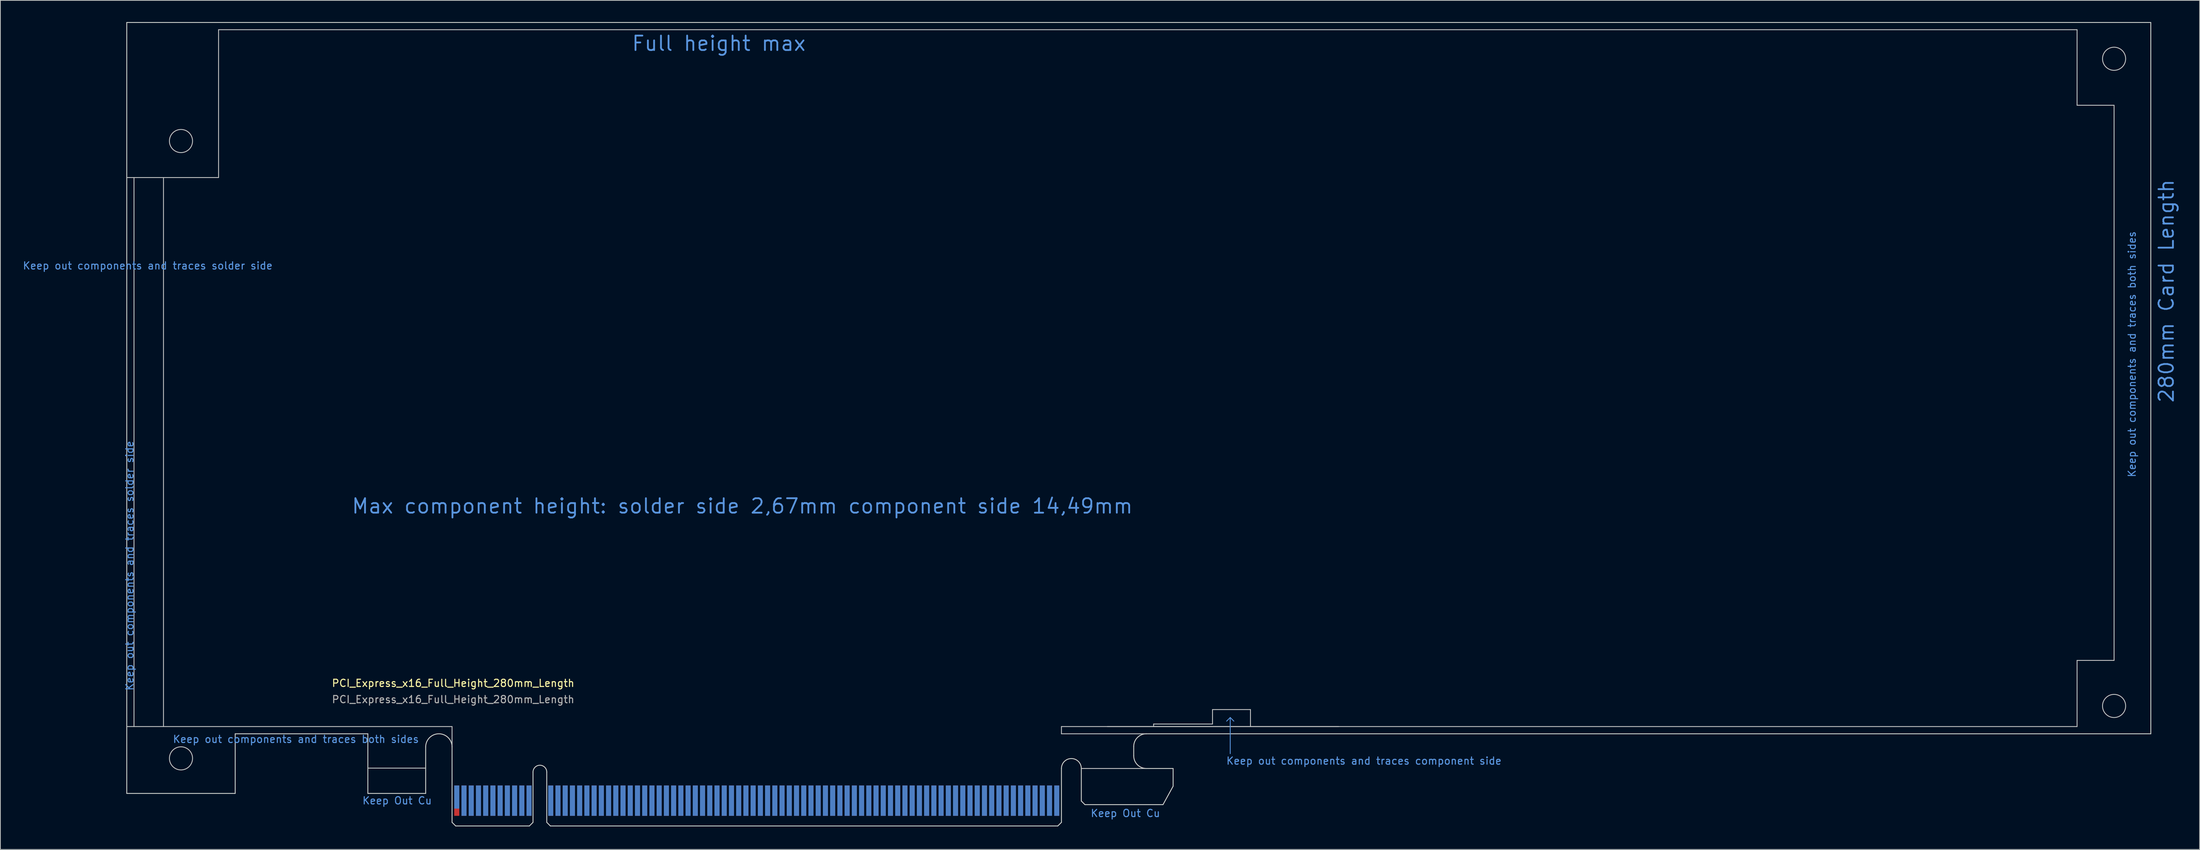
<source format=kicad_pcb>
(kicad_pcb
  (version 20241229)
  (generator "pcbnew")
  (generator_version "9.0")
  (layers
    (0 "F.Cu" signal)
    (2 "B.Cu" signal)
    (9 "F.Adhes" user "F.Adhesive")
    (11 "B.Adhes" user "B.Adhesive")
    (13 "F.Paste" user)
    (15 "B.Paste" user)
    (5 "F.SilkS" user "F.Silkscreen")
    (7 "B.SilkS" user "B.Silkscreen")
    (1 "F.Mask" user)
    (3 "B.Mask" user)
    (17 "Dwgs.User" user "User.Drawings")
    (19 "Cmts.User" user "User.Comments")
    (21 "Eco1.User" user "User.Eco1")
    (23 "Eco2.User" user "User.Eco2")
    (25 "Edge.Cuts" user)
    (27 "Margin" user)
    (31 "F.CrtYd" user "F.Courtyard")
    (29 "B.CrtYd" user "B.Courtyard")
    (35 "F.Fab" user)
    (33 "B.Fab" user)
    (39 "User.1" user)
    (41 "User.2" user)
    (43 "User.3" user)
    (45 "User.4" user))
  (footprint "PCI_Express_x16_Full_Height_280mm_Length"
    (layer "F.Cu")
    (at 59.637 111.21)
    (property "Reference" "PCI_Express_x16_Full_Height_280mm_Length" (at 0 -19.75 0) (layer "F.SilkS") (effects (font (size 1 1) (thickness 0.15))))
    (attr exclude_from_pos_files exclude_from_bom)
    (fp_poly (pts (xy -11.8 -4.5) (xy -11.8 -8) (xy -3.8 -8) (xy -3.8 -4.5)) (stroke (width 0) (type solid)) (fill yes) (layer "F.Mask"))
    (fp_poly (pts (xy -0.25 -5.5) (xy 84.25 -5.5) (xy 84.25 0) (xy -0.25 0)) (stroke (width 0.2) (type solid)) (fill yes) (layer "F.Mask"))
    (fp_poly (pts (xy 86.9 -7.95) (xy 99.6 -7.95) (xy 99.6 -5.5) (xy 98.2 -2.95) (xy 87.4 -2.95) (xy 86.9 -3.45)) (stroke (width 0) (type solid)) (fill yes) (layer "F.Mask"))
    (fp_poly (pts (xy -11.8 -4.5) (xy -11.8 -8) (xy -3.8 -8) (xy -3.8 -4.5)) (stroke (width 0) (type solid)) (fill yes) (layer "B.Mask"))
    (fp_poly (pts (xy -0.25 -5.5) (xy 84.25 -5.5) (xy 84.25 0) (xy -0.25 0)) (stroke (width 0.2) (type solid)) (fill yes) (layer "B.Mask"))
    (fp_poly (pts (xy 86.9 -7.95) (xy 99.6 -7.95) (xy 99.6 -5.5) (xy 98.2 -2.95) (xy 87.4 -2.95) (xy 86.9 -3.45)) (stroke (width 0) (type solid)) (fill yes) (layer "B.Mask"))
    (fp_line (start -45.15 -89.7) (end -32.45 -89.7) (stroke (width 0.12) (type solid)) (layer "Dwgs.User"))
    (fp_line (start -44.15 -89.7) (end -44.15 -13.75) (stroke (width 0.12) (type solid)) (layer "Dwgs.User"))
    (fp_line (start -40.07 -13.75) (end -40.07 -89.7) (stroke (width 0.12) (type solid)) (layer "Dwgs.User"))
    (fp_line (start -32.45 -110.15) (end -32.45 -89.7) (stroke (width 0.12) (type solid)) (layer "Dwgs.User"))
    (fp_line (start -32.45 -110.15) (end 92 -110.15) (stroke (width 0.12) (type solid)) (layer "Dwgs.User"))
    (fp_line (start -11.8 -8) (end -3.8 -8) (stroke (width 0.12) (type solid)) (layer "Dwgs.User"))
    (fp_line (start -0.15 -13.75) (end -45.15 -13.75) (stroke (width 0.12) (type solid)) (layer "Dwgs.User"))
    (fp_line (start -0.15 -10.925) (end -0.15 -13.75) (stroke (width 0.12) (type solid)) (layer "Dwgs.User"))
    (fp_line (start 84.15 -13.75) (end 122.5 -13.75) (stroke (width 0.12) (type solid)) (layer "Dwgs.User"))
    (fp_line (start 84.15 -12.75) (end 84.15 -13.75) (stroke (width 0.12) (type solid)) (layer "Dwgs.User"))
    (fp_line (start 84.15 -12.75) (end 95.9 -12.75) (stroke (width 0.12) (type solid)) (layer "Dwgs.User"))
    (fp_line (start 90.5 -13.75) (end 224.65 -13.75) (stroke (width 0.12) (type solid)) (layer "Dwgs.User"))
    (fp_line (start 92 -110.15) (end 224.65 -110.15) (stroke (width 0.12) (type solid)) (layer "Dwgs.User"))
    (fp_line (start 95.9 -7.95) (end 86.9 -7.95) (stroke (width 0.12) (type solid)) (layer "Dwgs.User"))
    (fp_line (start 96.9 -14.1) (end 96.9 -13.75) (stroke (width 0.12) (type solid)) (layer "Dwgs.User"))
    (fp_line (start 96.9 -14.1) (end 105.05 -14.1) (stroke (width 0.12) (type solid)) (layer "Dwgs.User"))
    (fp_line (start 105.05 -16.1) (end 110.3 -16.1) (stroke (width 0.12) (type solid)) (layer "Dwgs.User"))
    (fp_line (start 105.05 -14.1) (end 105.05 -16.1) (stroke (width 0.12) (type solid)) (layer "Dwgs.User"))
    (fp_line (start 110.3 -16.1) (end 110.3 -13.75) (stroke (width 0.12) (type solid)) (layer "Dwgs.User"))
    (fp_line (start 224.65 -110.15) (end 224.65 -99.7) (stroke (width 0.12) (type solid)) (layer "Dwgs.User"))
    (fp_line (start 224.65 -99.7) (end 229.77 -99.7) (stroke (width 0.12) (type solid)) (layer "Dwgs.User"))
    (fp_line (start 224.65 -22.9) (end 229.77 -22.9) (stroke (width 0.12) (type solid)) (layer "Dwgs.User"))
    (fp_line (start 224.65 -13.75) (end 224.65 -22.9) (stroke (width 0.12) (type solid)) (layer "Dwgs.User"))
    (fp_line (start 229.77 -99.7) (end 229.77 -22.9) (stroke (width 0.12) (type solid)) (layer "Dwgs.User"))
    (fp_circle (center -37.65 -94.75) (end -36.05 -94.75) (stroke (width 0.12) (type solid)) (fill no) (layer "Dwgs.User"))
    (fp_circle (center -37.65 -9.35) (end -36.05 -9.35) (stroke (width 0.12) (type solid)) (fill no) (layer "Dwgs.User"))
    (fp_circle (center 229.77 -106.13) (end 231.37 -106.13) (stroke (width 0.12) (type solid)) (fill no) (layer "Dwgs.User"))
    (fp_circle (center 229.77 -16.6) (end 231.37 -16.6) (stroke (width 0.12) (type solid)) (fill no) (layer "Dwgs.User"))
    (fp_line (start 107.5 -15) (end 107 -14.5) (stroke (width 0.12) (type solid)) (layer "Cmts.User"))
    (fp_line (start 107.5 -15) (end 108 -14.5) (stroke (width 0.12) (type solid)) (layer "Cmts.User"))
    (fp_line (start 107.5 -10) (end 107.5 -15) (stroke (width 0.12) (type solid)) (layer "Cmts.User"))
    (fp_line (start -45.15 -111.15) (end -45.15 -4.5) (stroke (width 0.12) (type solid)) (layer "Edge.Cuts"))
    (fp_line (start -45.15 -111.15) (end 234.85 -111.15) (stroke (width 0.12) (type solid)) (layer "Edge.Cuts"))
    (fp_line (start -30.15 -12.75) (end -11.8 -12.75) (stroke (width 0.12) (type solid)) (layer "Edge.Cuts"))
    (fp_line (start -30.15 -4.5) (end -45.15 -4.5) (stroke (width 0.12) (type solid)) (layer "Edge.Cuts"))
    (fp_line (start -30.15 -4.5) (end -30.15 -12.75) (stroke (width 0.12) (type solid)) (layer "Edge.Cuts"))
    (fp_line (start -11.8 -4.5) (end -11.8 -12.75) (stroke (width 0.12) (type solid)) (layer "Edge.Cuts"))
    (fp_line (start -11.8 -4.5) (end -3.8 -4.5) (stroke (width 0.12) (type solid)) (layer "Edge.Cuts"))
    (fp_line (start -3.8 -4.5) (end -3.8 -10.925) (stroke (width 0.12) (type solid)) (layer "Edge.Cuts"))
    (fp_line (start -0.15 -0.5) (end -0.15 -10.925) (stroke (width 0.12) (type solid)) (layer "Edge.Cuts"))
    (fp_line (start -0.15 -0.5) (end 0.35 0) (stroke (width 0.12) (type solid)) (layer "Edge.Cuts"))
    (fp_line (start 0.35 0) (end 10.55 0) (stroke (width 0.12) (type solid)) (layer "Edge.Cuts"))
    (fp_line (start 11.05 -7.45) (end 11.05 -0.5) (stroke (width 0.12) (type solid)) (layer "Edge.Cuts"))
    (fp_line (start 11.05 -0.5) (end 10.55 0) (stroke (width 0.12) (type solid)) (layer "Edge.Cuts"))
    (fp_line (start 12.95 -7.45) (end 12.95 -0.5) (stroke (width 0.12) (type solid)) (layer "Edge.Cuts"))
    (fp_line (start 12.95 -0.5) (end 13.45 0) (stroke (width 0.12) (type solid)) (layer "Edge.Cuts"))
    (fp_line (start 13.45 0) (end 83.65 0) (stroke (width 0.12) (type solid)) (layer "Edge.Cuts"))
    (fp_line (start 84.15 -0.5) (end 83.65 0) (stroke (width 0.12) (type solid)) (layer "Edge.Cuts"))
    (fp_line (start 84.15 -0.5) (end 84.15 -7.95) (stroke (width 0.12) (type solid)) (layer "Edge.Cuts"))
    (fp_line (start 86.9 -3.45) (end 86.9 -7.95) (stroke (width 0.12) (type solid)) (layer "Edge.Cuts"))
    (fp_line (start 86.9 -3.45) (end 87.4 -2.95) (stroke (width 0.12) (type solid)) (layer "Edge.Cuts"))
    (fp_line (start 87.4 -2.95) (end 98.2 -2.95) (stroke (width 0.12) (type solid)) (layer "Edge.Cuts"))
    (fp_line (start 94.15 -11) (end 94.15 -9.7) (stroke (width 0.12) (type solid)) (layer "Edge.Cuts"))
    (fp_line (start 95.9 -12.75) (end 234.853 -12.75) (stroke (width 0.12) (type solid)) (layer "Edge.Cuts"))
    (fp_line (start 95.9 -7.95) (end 99.6 -7.95) (stroke (width 0.12) (type solid)) (layer "Edge.Cuts"))
    (fp_line (start 98.2 -2.95) (end 99.6 -5.5) (stroke (width 0.12) (type solid)) (layer "Edge.Cuts"))
    (fp_line (start 99.6 -5.5) (end 99.6 -7.95) (stroke (width 0.12) (type solid)) (layer "Edge.Cuts"))
    (fp_line (start 234.85 -111.15) (end 234.853 -12.75) (stroke (width 0.12) (type solid)) (layer "Edge.Cuts"))
    (fp_arc (start -3.8 -10.925) (mid -1.975 -12.75) (end -0.15 -10.925) (stroke (width 0.12) (type solid)) (layer "Edge.Cuts"))
    (fp_arc (start 11.05 -7.45) (mid 12 -8.4) (end 12.95 -7.45) (stroke (width 0.12) (type solid)) (layer "Edge.Cuts"))
    (fp_arc (start 84.15 -7.95) (mid 85.525 -9.325) (end 86.9 -7.95) (stroke (width 0.12) (type solid)) (layer "Edge.Cuts"))
    (fp_arc (start 94.15 -11) (mid 94.662563 -12.237437) (end 95.9 -12.75) (stroke (width 0.12) (type solid)) (layer "Edge.Cuts"))
    (fp_arc (start 95.9 -7.95) (mid 94.662563 -8.462563) (end 94.15 -9.7) (stroke (width 0.12) (type solid)) (layer "Edge.Cuts"))
    (fp_text user "Keep Out Cu" (at 93 -1.75 0) (layer "Cmts.User") (effects (font (size 1 1) (thickness 0.15))))
    (fp_text user "Keep Out Cu" (at -7.75 -3.5 0) (layer "Cmts.User") (effects (font (size 1 1) (thickness 0.15))))
    (fp_text user "Keep out components and traces component side" (at 126 -9 180) (layer "Cmts.User") (effects (font (size 1 1) (thickness 0.15))))
    (fp_text user "Keep out components and traces both sides" (at 232.25 -65.25 90) (layer "Cmts.User") (effects (font (size 1 1) (thickness 0.15))))
    (fp_text user "Max component height: solder side 2,67mm component side 14,49mm" (at 40 -44.25 0) (layer "Cmts.User") (effects (font (size 2 2) (thickness 0.25))))
    (fp_text user "280mm Card Length" (at 237 -74 90) (layer "Cmts.User") (effects (font (size 2 2) (thickness 0.25))))
    (fp_text user "Keep out components and traces both sides" (at -21.75 -12 0) (layer "Cmts.User") (effects (font (size 1 1) (thickness 0.15))))
    (fp_text user "Keep out components and traces solder side" (at -42.25 -77.5 180) (layer "Cmts.User") (effects (font (size 1 1) (thickness 0.15))))
    (fp_text user "Keep out components and traces solder side" (at -44.75 -36 90) (layer "Cmts.User") (effects (font (size 1 1) (thickness 0.15))))
    (fp_text user "Full height max" (at 36.75 -108.25 0) (layer "Cmts.User") (effects (font (size 2 2) (thickness 0.25))))
    (fp_text user "${REFERENCE}" (at 0 -17.5 0) (layer "F.Fab") (effects (font (size 1 1) (thickness 0.15))))
    (pad "A1" connect rect (at 0.5 -4) (size 0.7 3.2) (layers "B.Cu"))
    (pad "A2" connect rect (at 1.5 -3.5) (size 0.7 4.2) (layers "B.Cu"))
    (pad "A3" connect rect (at 2.5 -3.5) (size 0.7 4.2) (layers "B.Cu"))
    (pad "A4" connect rect (at 3.5 -3.5) (size 0.7 4.2) (layers "B.Cu"))
    (pad "A5" connect rect (at 4.5 -3.5) (size 0.7 4.2) (layers "B.Cu"))
    (pad "A6" connect rect (at 5.5 -3.5) (size 0.7 4.2) (layers "B.Cu"))
    (pad "A7" connect rect (at 6.5 -3.5) (size 0.7 4.2) (layers "B.Cu"))
    (pad "A8" connect rect (at 7.5 -3.5) (size 0.7 4.2) (layers "B.Cu"))
    (pad "A9" connect rect (at 8.5 -3.5) (size 0.7 4.2) (layers "B.Cu"))
    (pad "A10" connect rect (at 9.5 -3.5) (size 0.7 4.2) (layers "B.Cu"))
    (pad "A11" connect rect (at 10.5 -3.5) (size 0.7 4.2) (layers "B.Cu"))
    (pad "A12" connect rect (at 13.5 -3.5) (size 0.7 4.2) (layers "B.Cu"))
    (pad "A13" connect rect (at 14.5 -3.5) (size 0.7 4.2) (layers "B.Cu"))
    (pad "A14" connect rect (at 15.5 -3.5) (size 0.7 4.2) (layers "B.Cu"))
    (pad "A15" connect rect (at 16.5 -3.5) (size 0.7 4.2) (layers "B.Cu"))
    (pad "A16" connect rect (at 17.5 -3.5) (size 0.7 4.2) (layers "B.Cu"))
    (pad "A17" connect rect (at 18.5 -3.5) (size 0.7 4.2) (layers "B.Cu"))
    (pad "A18" connect rect (at 19.5 -3.5) (size 0.7 4.2) (layers "B.Cu"))
    (pad "A19" connect rect (at 20.5 -3.5) (size 0.7 4.2) (layers "B.Cu"))
    (pad "A20" connect rect (at 21.5 -3.5) (size 0.7 4.2) (layers "B.Cu"))
    (pad "A21" connect rect (at 22.5 -3.5) (size 0.7 4.2) (layers "B.Cu"))
    (pad "A22" connect rect (at 23.5 -3.5) (size 0.7 4.2) (layers "B.Cu"))
    (pad "A23" connect rect (at 24.5 -3.5) (size 0.7 4.2) (layers "B.Cu"))
    (pad "A24" connect rect (at 25.5 -3.5) (size 0.7 4.2) (layers "B.Cu"))
    (pad "A25" connect rect (at 26.5 -3.5) (size 0.7 4.2) (layers "B.Cu"))
    (pad "A26" connect rect (at 27.5 -3.5) (size 0.7 4.2) (layers "B.Cu"))
    (pad "A27" connect rect (at 28.5 -3.5) (size 0.7 4.2) (layers "B.Cu"))
    (pad "A28" connect rect (at 29.5 -3.5) (size 0.7 4.2) (layers "B.Cu"))
    (pad "A29" connect rect (at 30.5 -3.5) (size 0.7 4.2) (layers "B.Cu"))
    (pad "A30" connect rect (at 31.5 -3.5) (size 0.7 4.2) (layers "B.Cu"))
    (pad "A31" connect rect (at 32.5 -3.5) (size 0.7 4.2) (layers "B.Cu"))
    (pad "A32" connect rect (at 33.5 -3.5) (size 0.7 4.2) (layers "B.Cu"))
    (pad "A33" connect rect (at 34.5 -3.5) (size 0.7 4.2) (layers "B.Cu"))
    (pad "A34" connect rect (at 35.5 -3.5) (size 0.7 4.2) (layers "B.Cu"))
    (pad "A35" connect rect (at 36.5 -3.5) (size 0.7 4.2) (layers "B.Cu"))
    (pad "A36" connect rect (at 37.5 -3.5) (size 0.7 4.2) (layers "B.Cu"))
    (pad "A37" connect rect (at 38.5 -3.5) (size 0.7 4.2) (layers "B.Cu"))
    (pad "A38" connect rect (at 39.5 -3.5) (size 0.7 4.2) (layers "B.Cu"))
    (pad "A39" connect rect (at 40.5 -3.5) (size 0.7 4.2) (layers "B.Cu"))
    (pad "A40" connect rect (at 41.5 -3.5) (size 0.7 4.2) (layers "B.Cu"))
    (pad "A41" connect rect (at 42.5 -3.5) (size 0.7 4.2) (layers "B.Cu"))
    (pad "A42" connect rect (at 43.5 -3.5) (size 0.7 4.2) (layers "B.Cu"))
    (pad "A43" connect rect (at 44.5 -3.5) (size 0.7 4.2) (layers "B.Cu"))
    (pad "A44" connect rect (at 45.5 -3.5) (size 0.7 4.2) (layers "B.Cu"))
    (pad "A45" connect rect (at 46.5 -3.5) (size 0.7 4.2) (layers "B.Cu"))
    (pad "A46" connect rect (at 47.5 -3.5) (size 0.7 4.2) (layers "B.Cu"))
    (pad "A47" connect rect (at 48.5 -3.5) (size 0.7 4.2) (layers "B.Cu"))
    (pad "A48" connect rect (at 49.5 -3.5) (size 0.7 4.2) (layers "B.Cu"))
    (pad "A49" connect rect (at 50.5 -3.5) (size 0.7 4.2) (layers "B.Cu"))
    (pad "A50" connect rect (at 51.5 -3.5) (size 0.7 4.2) (layers "B.Cu"))
    (pad "A51" connect rect (at 52.5 -3.5) (size 0.7 4.2) (layers "B.Cu"))
    (pad "A52" connect rect (at 53.5 -3.5) (size 0.7 4.2) (layers "B.Cu"))
    (pad "A53" connect rect (at 54.5 -3.5) (size 0.7 4.2) (layers "B.Cu"))
    (pad "A54" connect rect (at 55.5 -3.5) (size 0.7 4.2) (layers "B.Cu"))
    (pad "A55" connect rect (at 56.5 -3.5) (size 0.7 4.2) (layers "B.Cu"))
    (pad "A56" connect rect (at 57.5 -3.5) (size 0.7 4.2) (layers "B.Cu"))
    (pad "A57" connect rect (at 58.5 -3.5) (size 0.7 4.2) (layers "B.Cu"))
    (pad "A58" connect rect (at 59.5 -3.5) (size 0.7 4.2) (layers "B.Cu"))
    (pad "A59" connect rect (at 60.5 -3.5) (size 0.7 4.2) (layers "B.Cu"))
    (pad "A60" connect rect (at 61.5 -3.5) (size 0.7 4.2) (layers "B.Cu"))
    (pad "A61" connect rect (at 62.5 -3.5) (size 0.7 4.2) (layers "B.Cu"))
    (pad "A62" connect rect (at 63.5 -3.5) (size 0.7 4.2) (layers "B.Cu"))
    (pad "A63" connect rect (at 64.5 -3.5) (size 0.7 4.2) (layers "B.Cu"))
    (pad "A64" connect rect (at 65.5 -3.5) (size 0.7 4.2) (layers "B.Cu"))
    (pad "A65" connect rect (at 66.5 -3.5) (size 0.7 4.2) (layers "B.Cu"))
    (pad "A66" connect rect (at 67.5 -3.5) (size 0.7 4.2) (layers "B.Cu"))
    (pad "A67" connect rect (at 68.5 -3.5) (size 0.7 4.2) (layers "B.Cu"))
    (pad "A68" connect rect (at 69.5 -3.5) (size 0.7 4.2) (layers "B.Cu"))
    (pad "A69" connect rect (at 70.5 -3.5) (size 0.7 4.2) (layers "B.Cu"))
    (pad "A70" connect rect (at 71.5 -3.5) (size 0.7 4.2) (layers "B.Cu"))
    (pad "A71" connect rect (at 72.5 -3.5) (size 0.7 4.2) (layers "B.Cu"))
    (pad "A72" connect rect (at 73.5 -3.5) (size 0.7 4.2) (layers "B.Cu"))
    (pad "A73" connect rect (at 74.5 -3.5) (size 0.7 4.2) (layers "B.Cu"))
    (pad "A74" connect rect (at 75.5 -3.5) (size 0.7 4.2) (layers "B.Cu"))
    (pad "A75" connect rect (at 76.5 -3.5) (size 0.7 4.2) (layers "B.Cu"))
    (pad "A76" connect rect (at 77.5 -3.5) (size 0.7 4.2) (layers "B.Cu"))
    (pad "A77" connect rect (at 78.5 -3.5) (size 0.7 4.2) (layers "B.Cu"))
    (pad "A78" connect rect (at 79.5 -3.5) (size 0.7 4.2) (layers "B.Cu"))
    (pad "A79" connect rect (at 80.5 -3.5) (size 0.7 4.2) (layers "B.Cu"))
    (pad "A80" connect rect (at 81.5 -3.5) (size 0.7 4.2) (layers "B.Cu"))
    (pad "A81" connect rect (at 82.5 -3.5) (size 0.7 4.2) (layers "B.Cu"))
    (pad "A82" connect rect (at 83.5 -3.5) (size 0.7 4.2) (layers "B.Cu"))
    (pad "B1" connect rect (at 0.5 -3.5) (size 0.7 4.2) (layers "F.Cu"))
    (pad "B2" connect rect (at 1.5 -3.5) (size 0.7 4.2) (layers "F.Cu"))
    (pad "B3" connect rect (at 2.5 -3.5) (size 0.7 4.2) (layers "F.Cu"))
    (pad "B4" connect rect (at 3.5 -3.5) (size 0.7 4.2) (layers "F.Cu"))
    (pad "B5" connect rect (at 4.5 -3.5) (size 0.7 4.2) (layers "F.Cu"))
    (pad "B6" connect rect (at 5.5 -3.5) (size 0.7 4.2) (layers "F.Cu"))
    (pad "B7" connect rect (at 6.5 -3.5) (size 0.7 4.2) (layers "F.Cu"))
    (pad "B8" connect rect (at 7.5 -3.5) (size 0.7 4.2) (layers "F.Cu"))
    (pad "B9" connect rect (at 8.5 -3.5) (size 0.7 4.2) (layers "F.Cu"))
    (pad "B10" connect rect (at 9.5 -3.5) (size 0.7 4.2) (layers "F.Cu"))
    (pad "B11" connect rect (at 10.5 -3.5) (size 0.7 4.2) (layers "F.Cu"))
    (pad "B12" connect rect (at 13.5 -3.5) (size 0.7 4.2) (layers "F.Cu"))
    (pad "B13" connect rect (at 14.5 -3.5) (size 0.7 4.2) (layers "F.Cu"))
    (pad "B14" connect rect (at 15.5 -3.5) (size 0.7 4.2) (layers "F.Cu"))
    (pad "B15" connect rect (at 16.5 -3.5) (size 0.7 4.2) (layers "F.Cu"))
    (pad "B16" connect rect (at 17.5 -3.5) (size 0.7 4.2) (layers "F.Cu"))
    (pad "B17" connect rect (at 18.5 -4) (size 0.7 3.2) (layers "F.Cu"))
    (pad "B18" connect rect (at 19.5 -3.5) (size 0.7 4.2) (layers "F.Cu"))
    (pad "B19" connect rect (at 20.5 -3.5) (size 0.7 4.2) (layers "F.Cu"))
    (pad "B20" connect rect (at 21.5 -3.5) (size 0.7 4.2) (layers "F.Cu"))
    (pad "B21" connect rect (at 22.5 -3.5) (size 0.7 4.2) (layers "F.Cu"))
    (pad "B22" connect rect (at 23.5 -3.5) (size 0.7 4.2) (layers "F.Cu"))
    (pad "B23" connect rect (at 24.5 -3.5) (size 0.7 4.2) (layers "F.Cu"))
    (pad "B24" connect rect (at 25.5 -3.5) (size 0.7 4.2) (layers "F.Cu"))
    (pad "B25" connect rect (at 26.5 -3.5) (size 0.7 4.2) (layers "F.Cu"))
    (pad "B26" connect rect (at 27.5 -3.5) (size 0.7 4.2) (layers "F.Cu"))
    (pad "B27" connect rect (at 28.5 -3.5) (size 0.7 4.2) (layers "F.Cu"))
    (pad "B28" connect rect (at 29.5 -3.5) (size 0.7 4.2) (layers "F.Cu"))
    (pad "B29" connect rect (at 30.5 -3.5) (size 0.7 4.2) (layers "F.Cu"))
    (pad "B30" connect rect (at 31.5 -3.5) (size 0.7 4.2) (layers "F.Cu"))
    (pad "B31" connect rect (at 32.5 -4) (size 0.7 3.2) (layers "F.Cu"))
    (pad "B32" connect rect (at 33.5 -3.5) (size 0.7 4.2) (layers "F.Cu"))
    (pad "B33" connect rect (at 34.5 -3.5) (size 0.7 4.2) (layers "F.Cu"))
    (pad "B34" connect rect (at 35.5 -3.5) (size 0.7 4.2) (layers "F.Cu"))
    (pad "B35" connect rect (at 36.5 -3.5) (size 0.7 4.2) (layers "F.Cu"))
    (pad "B36" connect rect (at 37.5 -3.5) (size 0.7 4.2) (layers "F.Cu"))
    (pad "B37" connect rect (at 38.5 -3.5) (size 0.7 4.2) (layers "F.Cu"))
    (pad "B38" connect rect (at 39.5 -3.5) (size 0.7 4.2) (layers "F.Cu"))
    (pad "B39" connect rect (at 40.5 -3.5) (size 0.7 4.2) (layers "F.Cu"))
    (pad "B40" connect rect (at 41.5 -3.5) (size 0.7 4.2) (layers "F.Cu"))
    (pad "B41" connect rect (at 42.5 -3.5) (size 0.7 4.2) (layers "F.Cu"))
    (pad "B42" connect rect (at 43.5 -3.5) (size 0.7 4.2) (layers "F.Cu"))
    (pad "B43" connect rect (at 44.5 -3.5) (size 0.7 4.2) (layers "F.Cu"))
    (pad "B44" connect rect (at 45.5 -3.5) (size 0.7 4.2) (layers "F.Cu"))
    (pad "B45" connect rect (at 46.5 -3.5) (size 0.7 4.2) (layers "F.Cu"))
    (pad "B46" connect rect (at 47.5 -3.5) (size 0.7 4.2) (layers "F.Cu"))
    (pad "B47" connect rect (at 48.5 -3.5) (size 0.7 4.2) (layers "F.Cu"))
    (pad "B48" connect rect (at 49.5 -4) (size 0.7 3.2) (layers "F.Cu"))
    (pad "B49" connect rect (at 50.5 -3.5) (size 0.7 4.2) (layers "F.Cu"))
    (pad "B50" connect rect (at 51.5 -3.5) (size 0.7 4.2) (layers "F.Cu"))
    (pad "B51" connect rect (at 52.5 -3.5) (size 0.7 4.2) (layers "F.Cu"))
    (pad "B52" connect rect (at 53.5 -3.5) (size 0.7 4.2) (layers "F.Cu"))
    (pad "B53" connect rect (at 54.5 -3.5) (size 0.7 4.2) (layers "F.Cu"))
    (pad "B54" connect rect (at 55.5 -3.5) (size 0.7 4.2) (layers "F.Cu"))
    (pad "B55" connect rect (at 56.5 -3.5) (size 0.7 4.2) (layers "F.Cu"))
    (pad "B56" connect rect (at 57.5 -3.5) (size 0.7 4.2) (layers "F.Cu"))
    (pad "B57" connect rect (at 58.5 -3.5) (size 0.7 4.2) (layers "F.Cu"))
    (pad "B58" connect rect (at 59.5 -3.5) (size 0.7 4.2) (layers "F.Cu"))
    (pad "B59" connect rect (at 60.5 -3.5) (size 0.7 4.2) (layers "F.Cu"))
    (pad "B60" connect rect (at 61.5 -3.5) (size 0.7 4.2) (layers "F.Cu"))
    (pad "B61" connect rect (at 62.5 -3.5) (size 0.7 4.2) (layers "F.Cu"))
    (pad "B62" connect rect (at 63.5 -3.5) (size 0.7 4.2) (layers "F.Cu"))
    (pad "B63" connect rect (at 64.5 -3.5) (size 0.7 4.2) (layers "F.Cu"))
    (pad "B64" connect rect (at 65.5 -3.5) (size 0.7 4.2) (layers "F.Cu"))
    (pad "B65" connect rect (at 66.5 -3.5) (size 0.7 4.2) (layers "F.Cu"))
    (pad "B66" connect rect (at 67.5 -3.5) (size 0.7 4.2) (layers "F.Cu"))
    (pad "B67" connect rect (at 68.5 -3.5) (size 0.7 4.2) (layers "F.Cu"))
    (pad "B68" connect rect (at 69.5 -3.5) (size 0.7 4.2) (layers "F.Cu"))
    (pad "B69" connect rect (at 70.5 -3.5) (size 0.7 4.2) (layers "F.Cu"))
    (pad "B70" connect rect (at 71.5 -3.5) (size 0.7 4.2) (layers "F.Cu"))
    (pad "B71" connect rect (at 72.5 -3.5) (size 0.7 4.2) (layers "F.Cu"))
    (pad "B72" connect rect (at 73.5 -3.5) (size 0.7 4.2) (layers "F.Cu"))
    (pad "B73" connect rect (at 74.5 -3.5) (size 0.7 4.2) (layers "F.Cu"))
    (pad "B74" connect rect (at 75.5 -3.5) (size 0.7 4.2) (layers "F.Cu"))
    (pad "B75" connect rect (at 76.5 -3.5) (size 0.7 4.2) (layers "F.Cu"))
    (pad "B76" connect rect (at 77.5 -3.5) (size 0.7 4.2) (layers "F.Cu"))
    (pad "B77" connect rect (at 78.5 -3.5) (size 0.7 4.2) (layers "F.Cu"))
    (pad "B78" connect rect (at 79.5 -3.5) (size 0.7 4.2) (layers "F.Cu"))
    (pad "B79" connect rect (at 80.5 -3.5) (size 0.7 4.2) (layers "F.Cu"))
    (pad "B80" connect rect (at 81.5 -3.5) (size 0.7 4.2) (layers "F.Cu"))
    (pad "B81" connect rect (at 82.5 -4) (size 0.7 3.2) (layers "F.Cu"))
    (pad "B82" connect rect (at 83.5 -3.5) (size 0.7 4.2) (layers "F.Cu"))
    (zone (net_name "") (layers "F.Cu" "B.Cu") (hatch edge 0.5) (connect_pads) (min_thickness 0.25) (filled_areas_thickness no) (keepout (tracks not_allowed) (vias allowed) (pads allowed) (copperpour allowed) (footprints not_allowed)) (placement (enabled no)) (fill) (polygon (pts (xy 14.487 97.46) (xy 59.487 97.46) (xy 59.487 106.71) (xy 14.487 106.71))))
    (zone (net_name "") (layers "F.Cu" "B.Cu") (hatch edge 0.5) (connect_pads) (min_thickness 0.25) (filled_areas_thickness no) (keepout (tracks not_allowed) (vias not_allowed) (pads not_allowed) (copperpour not_allowed) (footprints not_allowed)) (placement (enabled no)) (fill) (polygon (pts (xy 47.837 103.21) (xy 55.837 103.21) (xy 55.837 106.71) (xy 47.837 106.71))))
    (zone (net_name "") (layers "F.Cu" "B.Cu") (hatch edge 0.5) (connect_pads) (min_thickness 0.25) (filled_areas_thickness no) (keepout (tracks not_allowed) (vias not_allowed) (pads not_allowed) (copperpour not_allowed) (footprints not_allowed)) (placement (enabled no)) (fill) (polygon (pts (xy 146.537 103.26) (xy 159.237 103.26) (xy 159.237 108.26) (xy 146.537 108.26))))
    (zone (net_name "") (layers "F.Cu" "B.Cu") (hatch edge 0.5) (connect_pads) (min_thickness 0.25) (filled_areas_thickness no) (keepout (tracks not_allowed) (vias allowed) (pads allowed) (copperpour allowed) (footprints not_allowed)) (placement (enabled no)) (fill) (polygon (pts (xy 156.537 97.46) (xy 156.537 97.11) (xy 164.687 97.11) (xy 164.687 95.11) (xy 169.937 95.11) (xy 169.937 97.46))))
    (zone (net_name "") (layers "F.Cu" "B.Cu") (hatch edge 0.5) (connect_pads) (min_thickness 0.25) (filled_areas_thickness no) (keepout (tracks allowed) (vias allowed) (pads allowed) (copperpour allowed) (footprints not_allowed)) (placement (enabled no)) (fill) (polygon (pts (xy 14.487 97.46) (xy 14.487 0.06) (xy 294.487 0.06) (xy 294.487 98.46) (xy 155.537 98.46) (xy 155.537 103.26) (xy 143.787 103.26) (xy 143.787 97.46) (xy 284.287 97.46) (xy 284.287 88.31) (xy 289.412 88.31) (xy 289.412 11.51) (xy 284.287 11.51) (xy 284.287 1.06) (xy 27.187 1.06) (xy 27.187 21.51) (xy 19.562 21.51) (xy 19.562 97.46))))
    (zone (net_name "") (layer "B.Cu") (hatch edge 0.5) (connect_pads) (min_thickness 0.25) (filled_areas_thickness no) (keepout (tracks not_allowed) (vias allowed) (pads allowed) (copperpour allowed) (footprints not_allowed)) (placement (enabled no)) (fill) (polygon (pts (xy 15.487 97.46) (xy 14.487 97.46) (xy 14.487 21.51) (xy 15.487 21.51)))))
  (gr_rect
    (start -3 -3)
    (end 301.246 114.46)
    (stroke (width 0.1) (type default))
    (fill no)
    (layer "Edge.Cuts")))
</source>
